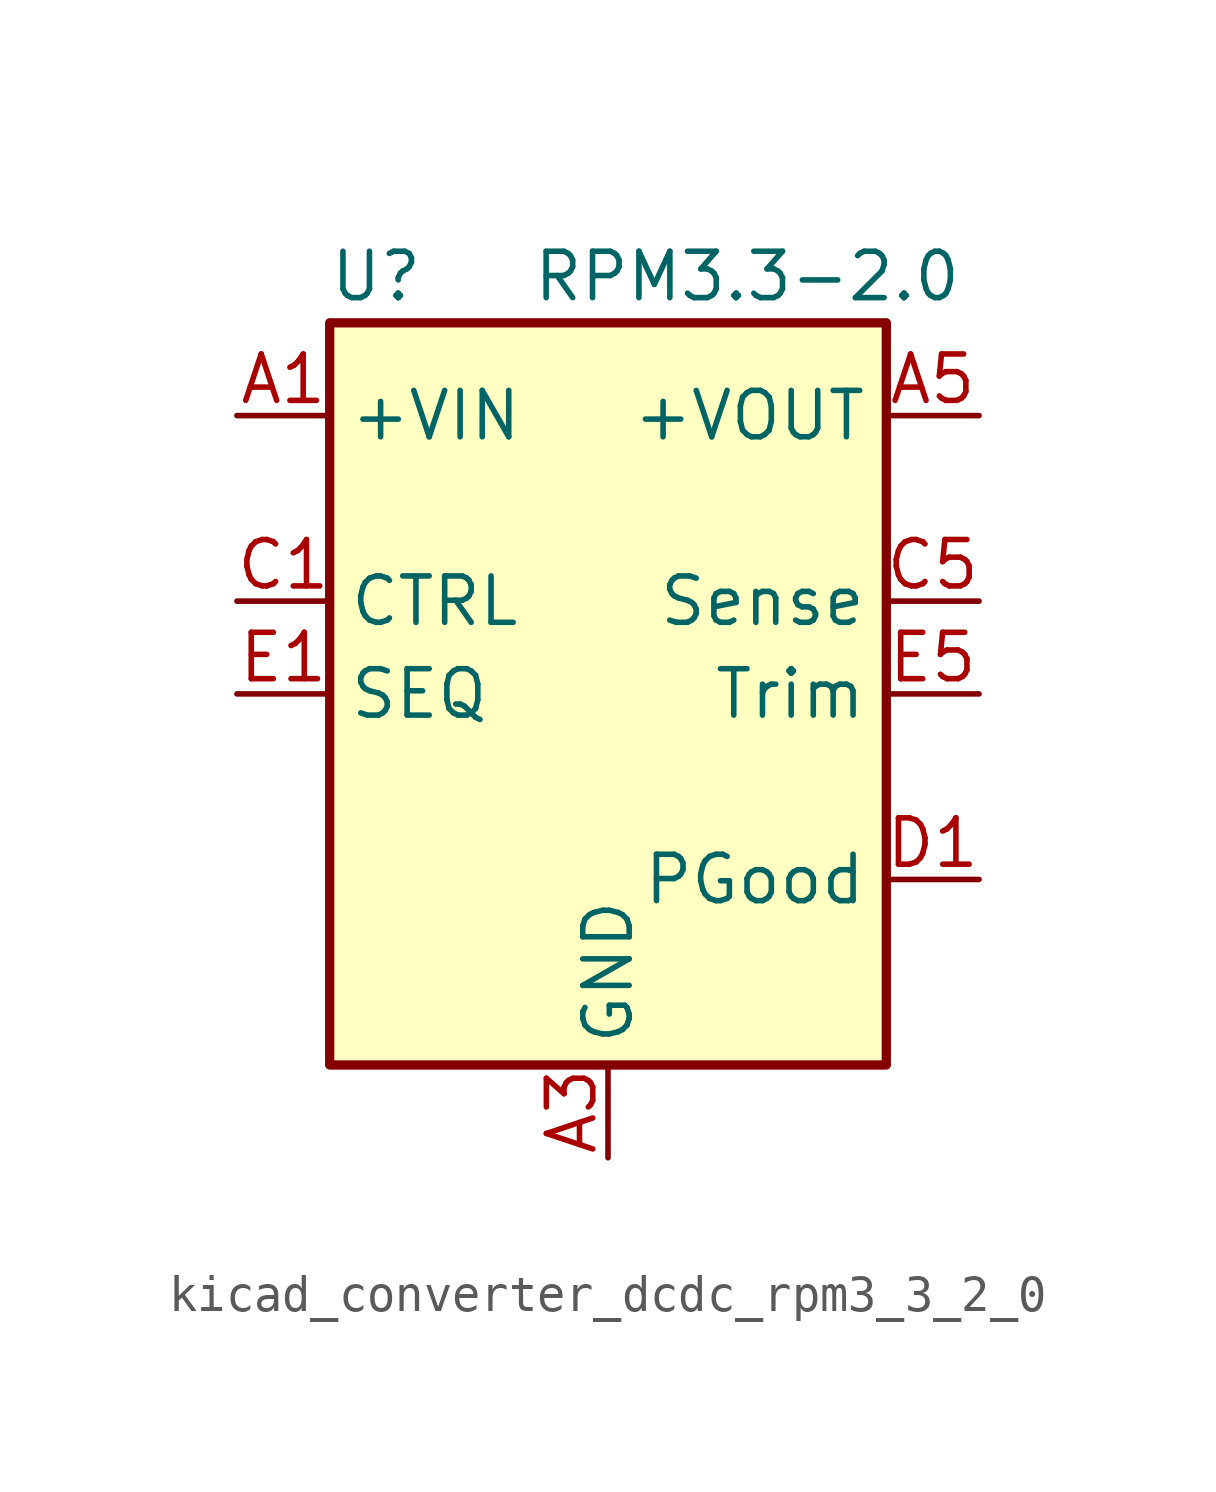
<source format=kicad_sym>
(kicad_symbol_lib
  (version 20220914)
  (generator kicad_symbol_editor)
  (symbol "kicad_converter_dcdc_rpm3_3_2_0"
    (property "Reference" "U"
      (at -6.35 11.43 0)
      (effects (font (size 1.27 1.27))))
    (property "Value" "RPM3.3-2.0"
      (at 3.81 11.43 0)
      (effects (font (size 1.27 1.27))))
    (symbol "kicad_converter_dcdc_rpm3_3_2_0_0_1"
      (rectangle (start -7.62 10.16) (end 7.62 -10.16) (stroke (width 0.254) (type default)) (fill (type background))))
    (symbol "kicad_converter_dcdc_rpm3_3_2_0_1_1"
      (pin power_in line (at -10.16 7.62 0) (length 2.54) (name "+VIN" (effects (font (size 1.27 1.27)))) (number "A1" (effects (font (size 1.27 1.27)))))
      (pin passive line (at -10.16 7.62 0) (length 2.54) hide (name "+VIN" (effects (font (size 1.27 1.27)))) (number "A2" (effects (font (size 1.27 1.27)))))
      (pin power_in line (at 0 -12.7 90) (length 2.54) (name "GND" (effects (font (size 1.27 1.27)))) (number "A3" (effects (font (size 1.27 1.27)))))
      (pin passive line (at 0 -12.7 90) (length 2.54) hide (name "GND" (effects (font (size 1.27 1.27)))) (number "A4" (effects (font (size 1.27 1.27)))))
      (pin power_out line (at 10.16 7.62 180) (length 2.54) (name "+VOUT" (effects (font (size 1.27 1.27)))) (number "A5" (effects (font (size 1.27 1.27)))))
      (pin passive line (at 0 -12.7 90) (length 2.54) hide (name "GND" (effects (font (size 1.27 1.27)))) (number "B1" (effects (font (size 1.27 1.27)))))
      (pin passive line (at 0 -12.7 90) (length 2.54) hide (name "GND" (effects (font (size 1.27 1.27)))) (number "B2" (effects (font (size 1.27 1.27)))))
      (pin passive line (at 0 -12.7 90) (length 2.54) hide (name "GND" (effects (font (size 1.27 1.27)))) (number "B3" (effects (font (size 1.27 1.27)))))
      (pin passive line (at 0 -12.7 90) (length 2.54) hide (name "GND" (effects (font (size 1.27 1.27)))) (number "B4" (effects (font (size 1.27 1.27)))))
      (pin passive line (at 10.16 7.62 180) (length 2.54) hide (name "+VOUT" (effects (font (size 1.27 1.27)))) (number "B5" (effects (font (size 1.27 1.27)))))
      (pin input line (at -10.16 2.54 0) (length 2.54) (name "CTRL" (effects (font (size 1.27 1.27)))) (number "C1" (effects (font (size 1.27 1.27)))))
      (pin passive line (at 0 -12.7 90) (length 2.54) hide (name "GND" (effects (font (size 1.27 1.27)))) (number "C2" (effects (font (size 1.27 1.27)))))
      (pin passive line (at 0 -12.7 90) (length 2.54) hide (name "GND" (effects (font (size 1.27 1.27)))) (number "C3" (effects (font (size 1.27 1.27)))))
      (pin passive line (at 0 -12.7 90) (length 2.54) hide (name "GND" (effects (font (size 1.27 1.27)))) (number "C4" (effects (font (size 1.27 1.27)))))
      (pin input line (at 10.16 2.54 180) (length 2.54) (name "Sense" (effects (font (size 1.27 1.27)))) (number "C5" (effects (font (size 1.27 1.27)))))
      (pin output line (at 10.16 -5.08 180) (length 2.54) (name "PGood" (effects (font (size 1.27 1.27)))) (number "D1" (effects (font (size 1.27 1.27)))))
      (pin passive line (at 0 -12.7 90) (length 2.54) hide (name "GND" (effects (font (size 1.27 1.27)))) (number "D2" (effects (font (size 1.27 1.27)))))
      (pin passive line (at 0 -12.7 90) (length 2.54) hide (name "GND" (effects (font (size 1.27 1.27)))) (number "D3" (effects (font (size 1.27 1.27)))))
      (pin passive line (at 0 -12.7 90) (length 2.54) hide (name "GND" (effects (font (size 1.27 1.27)))) (number "D4" (effects (font (size 1.27 1.27)))))
      (pin passive line (at 0 -12.7 90) (length 2.54) hide (name "GND" (effects (font (size 1.27 1.27)))) (number "D5" (effects (font (size 1.27 1.27)))))
      (pin passive line (at -10.16 0 0) (length 2.54) (name "SEQ" (effects (font (size 1.27 1.27)))) (number "E1" (effects (font (size 1.27 1.27)))))
      (pin no_connect line (at -7.62 -5.08 0) (length 2.54) hide (name "NC" (effects (font (size 1.27 1.27)))) (number "E2" (effects (font (size 1.27 1.27)))))
      (pin passive line (at 0 -12.7 90) (length 2.54) hide (name "GND" (effects (font (size 1.27 1.27)))) (number "E3" (effects (font (size 1.27 1.27)))))
      (pin passive line (at 0 -12.7 90) (length 2.54) hide (name "GND" (effects (font (size 1.27 1.27)))) (number "E4" (effects (font (size 1.27 1.27)))))
      (pin input line (at 10.16 0 180) (length 2.54) (name "Trim" (effects (font (size 1.27 1.27)))) (number "E5" (effects (font (size 1.27 1.27))))))))
</source>
